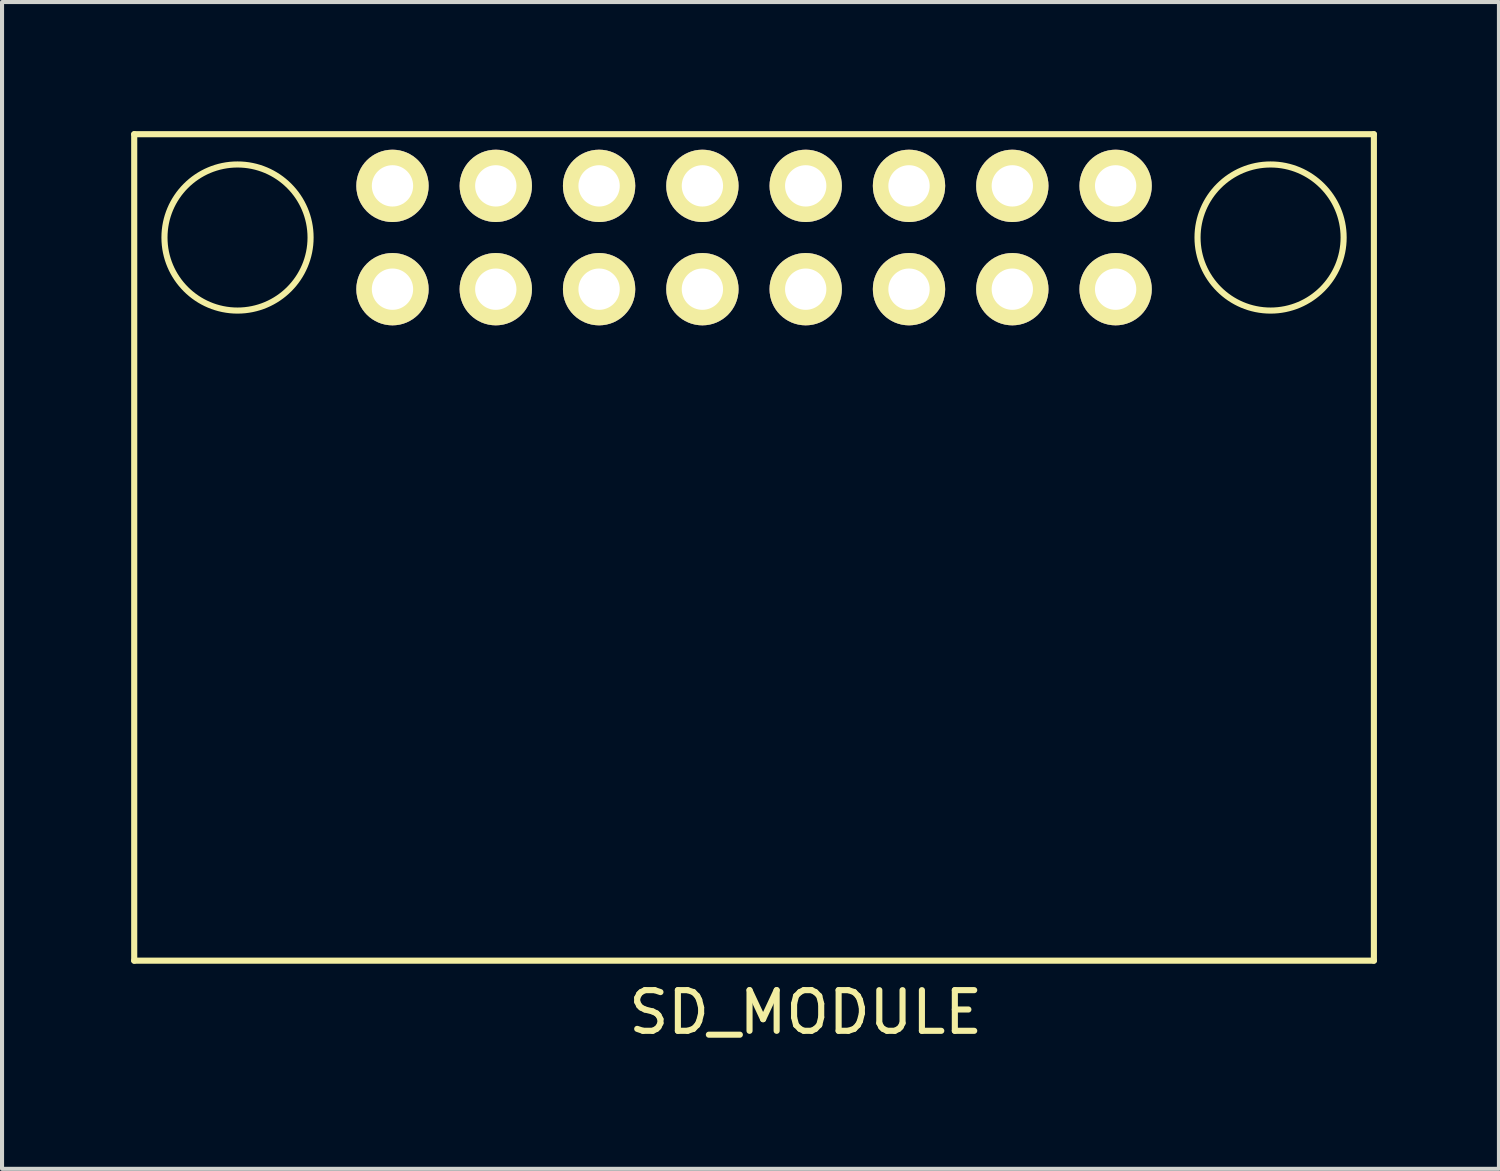
<source format=kicad_pcb>
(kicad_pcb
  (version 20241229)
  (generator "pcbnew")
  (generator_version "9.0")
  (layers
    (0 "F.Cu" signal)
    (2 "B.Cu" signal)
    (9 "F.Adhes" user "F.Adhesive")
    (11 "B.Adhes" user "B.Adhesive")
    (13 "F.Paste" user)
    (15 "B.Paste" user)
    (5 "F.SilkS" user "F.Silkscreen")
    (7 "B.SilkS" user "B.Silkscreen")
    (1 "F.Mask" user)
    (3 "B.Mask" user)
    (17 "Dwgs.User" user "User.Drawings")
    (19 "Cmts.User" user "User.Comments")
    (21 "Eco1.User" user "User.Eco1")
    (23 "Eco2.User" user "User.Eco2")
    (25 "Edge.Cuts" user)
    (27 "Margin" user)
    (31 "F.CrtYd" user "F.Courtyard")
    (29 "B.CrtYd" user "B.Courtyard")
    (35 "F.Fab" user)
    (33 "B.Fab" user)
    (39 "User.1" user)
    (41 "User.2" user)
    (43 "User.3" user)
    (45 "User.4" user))
  (footprint "SD_MODULE"
    (layer "F.Cu")
    (at 0.25 0.25)
    (property "Reference" "SD_MODULE" (at 16.51 21.59 0) (layer "F.SilkS") (effects (font (size 1 1) (thickness 0.15))))
    (attr through_hole)
    (fp_line (start 0 0) (end 0 20.32) (stroke (width 0.15) (type solid)) (layer "F.SilkS"))
    (fp_line (start 0 0) (end 30.48 0) (stroke (width 0.15) (type solid)) (layer "F.SilkS"))
    (fp_line (start 0 20.32) (end 30.48 20.32) (stroke (width 0.15) (type solid)) (layer "F.SilkS"))
    (fp_line (start 30.48 0) (end 30.48 20.32) (stroke (width 0.15) (type solid)) (layer "F.SilkS"))
    (fp_circle (center 2.54 2.54) (end 3.81 3.81) (stroke (width 0.15) (type solid)) (fill no) (layer "F.SilkS"))
    (fp_circle (center 27.94 2.54) (end 29.21 3.81) (stroke (width 0.15) (type solid)) (fill no) (layer "F.SilkS"))
    (pad "1" thru_hole circle (at 6.35 1.27) (size 1.778 1.778) (drill 1.016) (layers "*.Cu" "*.Mask" "F.SilkS"))
    (pad "1" thru_hole circle (at 6.35 3.81) (size 1.778 1.778) (drill 1.016) (layers "*.Cu" "*.Mask" "F.SilkS"))
    (pad "2" thru_hole circle (at 8.89 1.27) (size 1.778 1.778) (drill 1.016) (layers "*.Cu" "*.Mask" "F.SilkS"))
    (pad "2" thru_hole circle (at 8.89 3.81) (size 1.778 1.778) (drill 1.016) (layers "*.Cu" "*.Mask" "F.SilkS"))
    (pad "3" thru_hole circle (at 11.43 1.27) (size 1.778 1.778) (drill 1.016) (layers "*.Cu" "*.Mask" "F.SilkS"))
    (pad "3" thru_hole circle (at 11.43 3.81) (size 1.778 1.778) (drill 1.016) (layers "*.Cu" "*.Mask" "F.SilkS"))
    (pad "4" thru_hole circle (at 13.97 1.27) (size 1.778 1.778) (drill 1.016) (layers "*.Cu" "*.Mask" "F.SilkS"))
    (pad "4" thru_hole circle (at 13.97 3.81) (size 1.778 1.778) (drill 1.016) (layers "*.Cu" "*.Mask" "F.SilkS"))
    (pad "5" thru_hole circle (at 16.51 1.27) (size 1.778 1.778) (drill 1.016) (layers "*.Cu" "*.Mask" "F.SilkS"))
    (pad "5" thru_hole circle (at 16.51 3.81) (size 1.778 1.778) (drill 1.016) (layers "*.Cu" "*.Mask" "F.SilkS"))
    (pad "6" thru_hole circle (at 19.05 1.27) (size 1.778 1.778) (drill 1.016) (layers "*.Cu" "*.Mask" "F.SilkS"))
    (pad "6" thru_hole circle (at 19.05 3.81) (size 1.778 1.778) (drill 1.016) (layers "*.Cu" "*.Mask" "F.SilkS"))
    (pad "7" thru_hole circle (at 21.59 1.27) (size 1.778 1.778) (drill 1.016) (layers "*.Cu" "*.Mask" "F.SilkS"))
    (pad "7" thru_hole circle (at 21.59 3.81) (size 1.778 1.778) (drill 1.016) (layers "*.Cu" "*.Mask" "F.SilkS"))
    (pad "8" thru_hole circle (at 24.13 1.27) (size 1.778 1.778) (drill 1.016) (layers "*.Cu" "*.Mask" "F.SilkS"))
    (pad "8" thru_hole circle (at 24.13 3.81) (size 1.778 1.778) (drill 1.016) (layers "*.Cu" "*.Mask" "F.SilkS")))
  (gr_rect
    (start -3 -3)
    (end 33.805 25.688)
    (stroke (width 0.1) (type default))
    (fill no)
    (layer "Edge.Cuts")))
</source>
